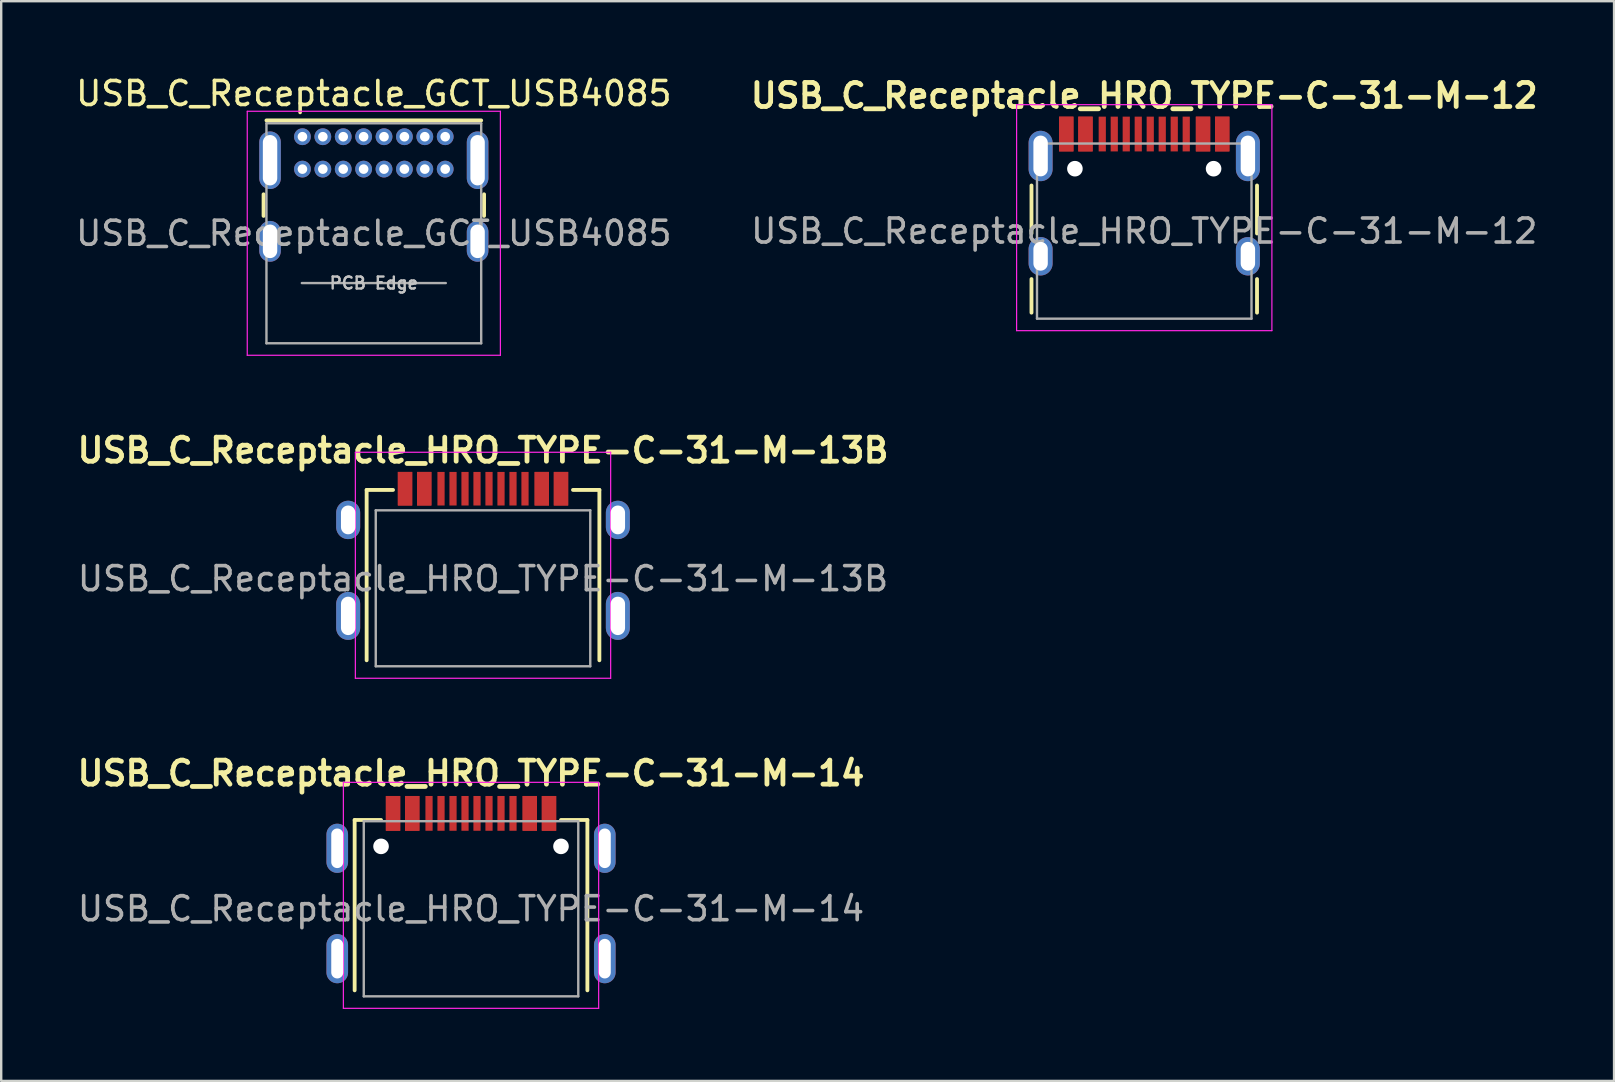
<source format=kicad_pcb>
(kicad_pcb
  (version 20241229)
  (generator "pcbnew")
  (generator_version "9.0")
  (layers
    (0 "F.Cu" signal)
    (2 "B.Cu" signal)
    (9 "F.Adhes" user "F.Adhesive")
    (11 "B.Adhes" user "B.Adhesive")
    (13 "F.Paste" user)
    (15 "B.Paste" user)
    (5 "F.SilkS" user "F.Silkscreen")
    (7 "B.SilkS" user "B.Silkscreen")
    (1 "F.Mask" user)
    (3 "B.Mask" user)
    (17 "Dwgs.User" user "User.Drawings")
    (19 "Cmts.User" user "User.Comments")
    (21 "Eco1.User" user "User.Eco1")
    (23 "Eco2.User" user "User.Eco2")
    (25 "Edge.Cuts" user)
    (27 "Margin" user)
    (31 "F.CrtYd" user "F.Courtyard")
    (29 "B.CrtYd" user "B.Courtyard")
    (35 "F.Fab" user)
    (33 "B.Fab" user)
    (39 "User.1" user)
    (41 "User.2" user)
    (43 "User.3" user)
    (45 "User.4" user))
  (footprint "USB_C_Receptacle_GCT_USB4085"
    (layer "F.Cu")
    (at 12.53 2.648)
    (property "Reference" "USB_C_Receptacle_GCT_USB4085" (at 0 -1.8 0) (layer "F.SilkS") (effects (font (size 1 1) (thickness 0.15))))
    (attr through_hole)
    (fp_line (start -4.595 2.4) (end -4.595 3.3) (stroke (width 0.16) (type solid)) (layer "F.SilkS"))
    (fp_line (start -4.475 -0.68) (end 4.475 -0.68) (stroke (width 0.16) (type solid)) (layer "F.SilkS"))
    (fp_line (start 4.595 2.4) (end 4.595 3.3) (stroke (width 0.16) (type solid)) (layer "F.SilkS"))
    (fp_line (start -5.275 -1.06) (end -5.275 9.11) (stroke (width 0.05) (type solid)) (layer "F.CrtYd"))
    (fp_line (start -5.275 -1.06) (end 5.275 -1.06) (stroke (width 0.05) (type solid)) (layer "F.CrtYd"))
    (fp_line (start -5.275 9.11) (end 5.275 9.11) (stroke (width 0.05) (type solid)) (layer "F.CrtYd"))
    (fp_line (start 5.275 -1.06) (end 5.275 9.11) (stroke (width 0.05) (type solid)) (layer "F.CrtYd"))
    (fp_line (start -4.475 -0.56) (end -4.475 8.61) (stroke (width 0.1) (type solid)) (layer "F.Fab"))
    (fp_line (start -4.475 -0.56) (end 4.475 -0.56) (stroke (width 0.1) (type solid)) (layer "F.Fab"))
    (fp_line (start -4.475 8.61) (end 4.475 8.61) (stroke (width 0.1) (type solid)) (layer "F.Fab"))
    (fp_line (start -3 6.1) (end 3 6.1) (stroke (width 0.1) (type solid)) (layer "F.Fab"))
    (fp_line (start 4.475 -0.56) (end 4.475 8.61) (stroke (width 0.1) (type solid)) (layer "F.Fab"))
    (fp_text user "PCB Edge" (at 0 6.1 0) (layer "Dwgs.User") (effects (font (size 0.5 0.5) (thickness 0.1))))
    (fp_text user "${REFERENCE}" (at 0 4.025 0) (layer "F.Fab") (effects (font (size 1 1) (thickness 0.15))))
    (pad "A1" thru_hole circle (at -2.975 0) (size 0.7 0.7) (drill 0.4) (layers "*.Cu" "*.Mask"))
    (pad "A4" thru_hole circle (at -2.125 0) (size 0.7 0.7) (drill 0.4) (layers "*.Cu" "*.Mask"))
    (pad "A5" thru_hole circle (at -1.275 0) (size 0.7 0.7) (drill 0.4) (layers "*.Cu" "*.Mask"))
    (pad "A6" thru_hole circle (at -0.425 0) (size 0.7 0.7) (drill 0.4) (layers "*.Cu" "*.Mask"))
    (pad "A7" thru_hole circle (at 0.425 0) (size 0.7 0.7) (drill 0.4) (layers "*.Cu" "*.Mask"))
    (pad "A8" thru_hole circle (at 1.275 0) (size 0.7 0.7) (drill 0.4) (layers "*.Cu" "*.Mask"))
    (pad "A9" thru_hole circle (at 2.125 0) (size 0.7 0.7) (drill 0.4) (layers "*.Cu" "*.Mask"))
    (pad "A12" thru_hole circle (at 2.975 0) (size 0.7 0.7) (drill 0.4) (layers "*.Cu" "*.Mask"))
    (pad "B1" thru_hole circle (at 2.975 1.35) (size 0.7 0.7) (drill 0.4) (layers "*.Cu" "*.Mask"))
    (pad "B4" thru_hole circle (at 2.125 1.35) (size 0.7 0.7) (drill 0.4) (layers "*.Cu" "*.Mask"))
    (pad "B5" thru_hole circle (at 1.275 1.35) (size 0.7 0.7) (drill 0.4) (layers "*.Cu" "*.Mask"))
    (pad "B6" thru_hole circle (at 0.425 1.35) (size 0.7 0.7) (drill 0.4) (layers "*.Cu" "*.Mask"))
    (pad "B7" thru_hole circle (at -0.425 1.35) (size 0.7 0.7) (drill 0.4) (layers "*.Cu" "*.Mask"))
    (pad "B8" thru_hole circle (at -1.275 1.35) (size 0.7 0.7) (drill 0.4) (layers "*.Cu" "*.Mask"))
    (pad "B9" thru_hole circle (at -2.125 1.35) (size 0.7 0.7) (drill 0.4) (layers "*.Cu" "*.Mask"))
    (pad "B12" thru_hole circle (at -2.975 1.35) (size 0.7 0.7) (drill 0.4) (layers "*.Cu" "*.Mask"))
    (pad "S1" thru_hole oval (at -4.325 0.98) (size 0.9 2.4) (drill oval 0.6 2.1) (layers "*.Cu" "*.Mask"))
    (pad "S1" thru_hole oval (at -4.325 4.36) (size 0.9 1.7) (drill oval 0.6 1.4) (layers "*.Cu" "*.Mask"))
    (pad "S1" thru_hole oval (at 4.325 0.98) (size 0.9 2.4) (drill oval 0.6 2.1) (layers "*.Cu" "*.Mask"))
    (pad "S1" thru_hole oval (at 4.325 4.36) (size 0.9 1.7) (drill oval 0.6 1.4) (layers "*.Cu" "*.Mask")))
  (footprint "USB_C_Receptacle_HRO_TYPE-C-31-M-12"
    (layer "F.Cu")
    (at 44.64 6.581)
    (property "Reference" "USB_C_Receptacle_HRO_TYPE-C-31-M-12" (at 0 -5.645 0) (layer "F.SilkS") (effects (font (size 1 1) (thickness 0.2))))
    (attr smd)
    (fp_line (start -4.7 -1.9) (end -4.7 0.1) (stroke (width 0.16) (type solid)) (layer "F.SilkS"))
    (fp_line (start -4.7 2) (end -4.7 3.4) (stroke (width 0.16) (type solid)) (layer "F.SilkS"))
    (fp_line (start 4.7 -1.9) (end 4.7 0.1) (stroke (width 0.16) (type solid)) (layer "F.SilkS"))
    (fp_line (start 4.7 2) (end 4.7 3.4) (stroke (width 0.16) (type solid)) (layer "F.SilkS"))
    (fp_line (start -5.32 -5.27) (end -5.32 4.15) (stroke (width 0.05) (type solid)) (layer "F.CrtYd"))
    (fp_line (start -5.32 -5.27) (end 5.32 -5.27) (stroke (width 0.05) (type solid)) (layer "F.CrtYd"))
    (fp_line (start -5.32 4.15) (end 5.32 4.15) (stroke (width 0.05) (type solid)) (layer "F.CrtYd"))
    (fp_line (start 5.32 -5.27) (end 5.32 4.15) (stroke (width 0.05) (type solid)) (layer "F.CrtYd"))
    (fp_line (start -4.47 -3.65) (end -4.47 3.65) (stroke (width 0.1) (type solid)) (layer "F.Fab"))
    (fp_line (start -4.47 -3.65) (end 4.47 -3.65) (stroke (width 0.1) (type solid)) (layer "F.Fab"))
    (fp_line (start -4.47 3.65) (end 4.47 3.65) (stroke (width 0.1) (type solid)) (layer "F.Fab"))
    (fp_line (start 4.47 -3.65) (end 4.47 3.65) (stroke (width 0.1) (type solid)) (layer "F.Fab"))
    (fp_text user "${REFERENCE}" (at 0 0 0) (layer "F.Fab") (effects (font (size 1 1) (thickness 0.15))))
    (pad "" np_thru_hole circle (at -2.89 -2.6) (size 0.65 0.65) (drill 0.65) (layers "*.Cu" "*.Mask"))
    (pad "" np_thru_hole circle (at 2.89 -2.6) (size 0.65 0.65) (drill 0.65) (layers "*.Cu" "*.Mask"))
    (pad "A1" smd rect (at -3.25 -4.045) (size 0.6 1.45) (layers "F.Cu" "F.Mask" "F.Paste"))
    (pad "A4" smd rect (at -2.45 -4.045) (size 0.6 1.45) (layers "F.Cu" "F.Mask" "F.Paste"))
    (pad "A5" smd rect (at -1.25 -4.045) (size 0.3 1.45) (layers "F.Cu" "F.Mask" "F.Paste"))
    (pad "A6" smd rect (at -0.25 -4.045) (size 0.3 1.45) (layers "F.Cu" "F.Mask" "F.Paste"))
    (pad "A7" smd rect (at 0.25 -4.045) (size 0.3 1.45) (layers "F.Cu" "F.Mask" "F.Paste"))
    (pad "A8" smd rect (at 1.25 -4.045) (size 0.3 1.45) (layers "F.Cu" "F.Mask" "F.Paste"))
    (pad "A9" smd rect (at 2.45 -4.045) (size 0.6 1.45) (layers "F.Cu" "F.Mask" "F.Paste"))
    (pad "A12" smd rect (at 3.25 -4.045) (size 0.6 1.45) (layers "F.Cu" "F.Mask" "F.Paste"))
    (pad "B1" smd rect (at 3.25 -4.045) (size 0.6 1.45) (layers "F.Cu" "F.Mask" "F.Paste"))
    (pad "B4" smd rect (at 2.45 -4.045) (size 0.6 1.45) (layers "F.Cu" "F.Mask" "F.Paste"))
    (pad "B5" smd rect (at 1.75 -4.045) (size 0.3 1.45) (layers "F.Cu" "F.Mask" "F.Paste"))
    (pad "B6" smd rect (at 0.75 -4.045) (size 0.3 1.45) (layers "F.Cu" "F.Mask" "F.Paste"))
    (pad "B7" smd rect (at -0.75 -4.045) (size 0.3 1.45) (layers "F.Cu" "F.Mask" "F.Paste"))
    (pad "B8" smd rect (at -1.75 -4.045) (size 0.3 1.45) (layers "F.Cu" "F.Mask" "F.Paste"))
    (pad "B9" smd rect (at -2.45 -4.045) (size 0.6 1.45) (layers "F.Cu" "F.Mask" "F.Paste"))
    (pad "B12" smd rect (at -3.25 -4.045) (size 0.6 1.45) (layers "F.Cu" "F.Mask" "F.Paste"))
    (pad "S1" thru_hole oval (at -4.32 -3.13) (size 1 2.1) (drill oval 0.6 1.7) (layers "*.Cu" "*.Mask"))
    (pad "S1" thru_hole oval (at -4.32 1.05) (size 1 1.6) (drill oval 0.6 1.2) (layers "*.Cu" "*.Mask"))
    (pad "S1" thru_hole oval (at 4.32 -3.13) (size 1 2.1) (drill oval 0.6 1.7) (layers "*.Cu" "*.Mask"))
    (pad "S1" thru_hole oval (at 4.32 1.05) (size 1 1.6) (drill oval 0.6 1.2) (layers "*.Cu" "*.Mask")))
  (footprint "USB_C_Receptacle_HRO_TYPE-C-31-M-14"
    (layer "F.Cu")
    (at 16.581 32.225)
    (property "Reference" "USB_C_Receptacle_HRO_TYPE-C-31-M-14" (at 0 -3.045 0) (layer "F.SilkS") (effects (font (size 1 1) (thickness 0.2))))
    (attr smd)
    (fp_line (start -4.85 -1.1) (end -4.85 6) (stroke (width 0.16) (type solid)) (layer "F.SilkS"))
    (fp_line (start -4.85 -1.1) (end -3.75 -1.1) (stroke (width 0.16) (type solid)) (layer "F.SilkS"))
    (fp_line (start 4.85 -1.1) (end 3.75 -1.1) (stroke (width 0.16) (type solid)) (layer "F.SilkS"))
    (fp_line (start 4.85 -1.1) (end 4.85 6) (stroke (width 0.16) (type solid)) (layer "F.SilkS"))
    (fp_line (start -4.55 0.95) (end -4.55 6.43) (stroke (width 0.05) (type solid)) (layer "Eco1.User"))
    (fp_line (start -4.55 0.95) (end -3.15 0.95) (stroke (width 0.05) (type solid)) (layer "Eco1.User"))
    (fp_line (start -4.55 6.43) (end -6 6.43) (stroke (width 0.05) (type solid)) (layer "Eco1.User"))
    (fp_line (start -3.15 0.35) (end 3.15 0.35) (stroke (width 0.05) (type solid)) (layer "Eco1.User"))
    (fp_line (start -3.15 0.95) (end -3.15 0.35) (stroke (width 0.05) (type solid)) (layer "Eco1.User"))
    (fp_line (start 3.15 0.35) (end 3.15 0.95) (stroke (width 0.05) (type solid)) (layer "Eco1.User"))
    (fp_line (start 4.55 0.95) (end 3.15 0.95) (stroke (width 0.05) (type solid)) (layer "Eco1.User"))
    (fp_line (start 4.55 6.43) (end 4.55 0.95) (stroke (width 0.05) (type solid)) (layer "Eco1.User"))
    (fp_line (start 6 6.43) (end 4.55 6.43) (stroke (width 0.05) (type solid)) (layer "Eco1.User"))
    (fp_line (start -5.32 -2.67) (end -5.32 6.75) (stroke (width 0.05) (type solid)) (layer "F.CrtYd"))
    (fp_line (start -5.32 -2.67) (end 5.32 -2.67) (stroke (width 0.05) (type solid)) (layer "F.CrtYd"))
    (fp_line (start -5.32 6.75) (end 5.32 6.75) (stroke (width 0.05) (type solid)) (layer "F.CrtYd"))
    (fp_line (start 5.32 -2.67) (end 5.32 6.75) (stroke (width 0.05) (type solid)) (layer "F.CrtYd"))
    (fp_line (start -4.47 -1.05) (end -4.47 6.25) (stroke (width 0.1) (type solid)) (layer "F.Fab"))
    (fp_line (start -4.47 -1.05) (end 4.47 -1.05) (stroke (width 0.1) (type solid)) (layer "F.Fab"))
    (fp_line (start -4.47 6.25) (end 4.47 6.25) (stroke (width 0.1) (type solid)) (layer "F.Fab"))
    (fp_line (start 4.47 -1.05) (end 4.47 6.25) (stroke (width 0.1) (type solid)) (layer "F.Fab"))
    (fp_text user "${REFERENCE}" (at 0 2.6 0) (layer "F.Fab") (effects (font (size 1 1) (thickness 0.15))))
    (pad "" np_thru_hole circle (at -3.75 0) (size 0.65 0.65) (drill 0.65) (layers "*.Cu" "*.Mask"))
    (pad "" np_thru_hole circle (at 3.75 0) (size 0.65 0.65) (drill 0.65) (layers "*.Cu" "*.Mask"))
    (pad "A1" smd rect (at -3.25 -1.375) (size 0.6 1.45) (layers "F.Cu" "F.Mask" "F.Paste"))
    (pad "A4" smd rect (at -2.45 -1.375) (size 0.6 1.45) (layers "F.Cu" "F.Mask" "F.Paste"))
    (pad "A5" smd rect (at -1.25 -1.375) (size 0.3 1.45) (layers "F.Cu" "F.Mask" "F.Paste"))
    (pad "A6" smd rect (at -0.25 -1.375) (size 0.3 1.45) (layers "F.Cu" "F.Mask" "F.Paste"))
    (pad "A7" smd rect (at 0.25 -1.375) (size 0.3 1.45) (layers "F.Cu" "F.Mask" "F.Paste"))
    (pad "A8" smd rect (at 1.25 -1.375) (size 0.3 1.45) (layers "F.Cu" "F.Mask" "F.Paste"))
    (pad "A9" smd rect (at 2.45 -1.375) (size 0.6 1.45) (layers "F.Cu" "F.Mask" "F.Paste"))
    (pad "A12" smd rect (at 3.25 -1.375) (size 0.6 1.45) (layers "F.Cu" "F.Mask" "F.Paste"))
    (pad "B1" smd rect (at 3.25 -1.375) (size 0.6 1.45) (layers "F.Cu" "F.Mask" "F.Paste"))
    (pad "B4" smd rect (at 2.45 -1.375) (size 0.6 1.45) (layers "F.Cu" "F.Mask" "F.Paste"))
    (pad "B5" smd rect (at 1.75 -1.375) (size 0.3 1.45) (layers "F.Cu" "F.Mask" "F.Paste"))
    (pad "B6" smd rect (at 0.75 -1.375) (size 0.3 1.45) (layers "F.Cu" "F.Mask" "F.Paste"))
    (pad "B7" smd rect (at -0.75 -1.375) (size 0.3 1.45) (layers "F.Cu" "F.Mask" "F.Paste"))
    (pad "B8" smd rect (at -1.75 -1.375) (size 0.3 1.45) (layers "F.Cu" "F.Mask" "F.Paste"))
    (pad "B9" smd rect (at -2.45 -1.375) (size 0.6 1.45) (layers "F.Cu" "F.Mask" "F.Paste"))
    (pad "B12" smd rect (at -3.25 -1.375) (size 0.6 1.45) (layers "F.Cu" "F.Mask" "F.Paste"))
    (pad "S1" thru_hole oval (at -5.575 0.08) (size 0.9 2.05) (drill oval 0.5 1.65) (layers "*.Cu" "*.Mask"))
    (pad "S1" thru_hole oval (at -5.575 4.68) (size 0.9 2.05) (drill oval 0.5 1.65) (layers "*.Cu" "*.Mask"))
    (pad "S1" thru_hole oval (at 5.575 0.08) (size 0.9 2.05) (drill oval 0.5 1.65) (layers "*.Cu" "*.Mask"))
    (pad "S1" thru_hole oval (at 5.575 4.68) (size 0.9 2.05) (drill oval 0.5 1.65) (layers "*.Cu" "*.Mask")))
  (footprint "USB_C_Receptacle_HRO_TYPE-C-31-M-13B"
    (layer "F.Cu")
    (at 17.081 24.719)
    (property "Reference" "USB_C_Receptacle_HRO_TYPE-C-31-M-13B" (at 0 -9 0) (layer "F.SilkS") (effects (font (size 1 1) (thickness 0.2))))
    (attr smd)
    (fp_line (start -4.85 -7.35) (end -4.85 -0.25) (stroke (width 0.16) (type solid)) (layer "F.SilkS"))
    (fp_line (start -4.85 -7.35) (end -3.75 -7.35) (stroke (width 0.16) (type solid)) (layer "F.SilkS"))
    (fp_line (start 4.85 -7.35) (end 3.75 -7.35) (stroke (width 0.16) (type solid)) (layer "F.SilkS"))
    (fp_line (start 4.85 -7.35) (end 4.85 -0.25) (stroke (width 0.16) (type solid)) (layer "F.SilkS"))
    (fp_line (start -4.62 -6.7) (end -4.62 0) (stroke (width 0.05) (type solid)) (layer "Eco1.User"))
    (fp_line (start -4.62 0) (end -6 0) (stroke (width 0.05) (type solid)) (layer "Eco1.User"))
    (fp_line (start -4.22 -6.7) (end 4.22 -6.7) (stroke (width 0.05) (type solid)) (layer "Eco1.User"))
    (fp_line (start 4.62 0) (end 4.62 -6.7) (stroke (width 0.05) (type solid)) (layer "Eco1.User"))
    (fp_line (start 6 0) (end 4.62 0) (stroke (width 0.05) (type solid)) (layer "Eco1.User"))
    (fp_arc (start -4.62 -6.7) (mid -4.42 -6.9) (end -4.22 -6.7) (stroke (width 0.05) (type solid)) (layer "Eco1.User"))
    (fp_arc (start 4.22 -6.7) (mid 4.42 -6.9) (end 4.62 -6.7) (stroke (width 0.05) (type solid)) (layer "Eco1.User"))
    (fp_line (start -5.32 -8.92) (end -5.32 0.5) (stroke (width 0.05) (type solid)) (layer "F.CrtYd"))
    (fp_line (start -5.32 -8.92) (end 5.32 -8.92) (stroke (width 0.05) (type solid)) (layer "F.CrtYd"))
    (fp_line (start -5.32 0.5) (end 5.32 0.5) (stroke (width 0.05) (type solid)) (layer "F.CrtYd"))
    (fp_line (start 5.32 -8.92) (end 5.32 0.5) (stroke (width 0.05) (type solid)) (layer "F.CrtYd"))
    (fp_line (start -4.47 -6.5) (end -4.47 0) (stroke (width 0.1) (type solid)) (layer "F.Fab"))
    (fp_line (start -4.47 -6.5) (end 4.47 -6.5) (stroke (width 0.1) (type solid)) (layer "F.Fab"))
    (fp_line (start -4.47 0) (end 4.47 0) (stroke (width 0.1) (type solid)) (layer "F.Fab"))
    (fp_line (start 4.47 -6.5) (end 4.47 0) (stroke (width 0.1) (type solid)) (layer "F.Fab"))
    (fp_text user "${REFERENCE}" (at 0 -3.65 0) (layer "F.Fab") (effects (font (size 1 1) (thickness 0.15))))
    (pad "A1" smd rect (at -3.25 -7.4) (size 0.6 1.4) (layers "F.Cu" "F.Mask" "F.Paste"))
    (pad "A4" smd rect (at -2.45 -7.4) (size 0.6 1.4) (layers "F.Cu" "F.Mask" "F.Paste"))
    (pad "A5" smd rect (at -1.25 -7.4) (size 0.3 1.4) (layers "F.Cu" "F.Mask" "F.Paste"))
    (pad "A6" smd rect (at -0.25 -7.4) (size 0.3 1.4) (layers "F.Cu" "F.Mask" "F.Paste"))
    (pad "A7" smd rect (at 0.25 -7.4) (size 0.3 1.4) (layers "F.Cu" "F.Mask" "F.Paste"))
    (pad "A8" smd rect (at 1.25 -7.4) (size 0.3 1.4) (layers "F.Cu" "F.Mask" "F.Paste"))
    (pad "A9" smd rect (at 2.45 -7.4) (size 0.6 1.4) (layers "F.Cu" "F.Mask" "F.Paste"))
    (pad "A12" smd rect (at 3.25 -7.4) (size 0.6 1.4) (layers "F.Cu" "F.Mask" "F.Paste"))
    (pad "B1" smd rect (at 3.25 -7.4) (size 0.6 1.4) (layers "F.Cu" "F.Mask" "F.Paste"))
    (pad "B4" smd rect (at 2.45 -7.4) (size 0.6 1.4) (layers "F.Cu" "F.Mask" "F.Paste"))
    (pad "B5" smd rect (at 1.75 -7.4) (size 0.3 1.4) (layers "F.Cu" "F.Mask" "F.Paste"))
    (pad "B6" smd rect (at 0.75 -7.4) (size 0.3 1.4) (layers "F.Cu" "F.Mask" "F.Paste"))
    (pad "B7" smd rect (at -0.75 -7.4) (size 0.3 1.4) (layers "F.Cu" "F.Mask" "F.Paste"))
    (pad "B8" smd rect (at -1.75 -7.4) (size 0.3 1.4) (layers "F.Cu" "F.Mask" "F.Paste"))
    (pad "B9" smd rect (at -2.45 -7.4) (size 0.6 1.4) (layers "F.Cu" "F.Mask" "F.Paste"))
    (pad "B12" smd rect (at -3.25 -7.4) (size 0.6 1.4) (layers "F.Cu" "F.Mask" "F.Paste"))
    (pad "S1" thru_hole oval (at -5.62 -6.1) (size 1 1.6) (drill oval 0.6 1.2) (layers "*.Cu" "*.Mask"))
    (pad "S1" thru_hole oval (at -5.62 -2.1) (size 1 2) (drill oval 0.6 1.6) (layers "*.Cu" "*.Mask"))
    (pad "S1" thru_hole oval (at 5.62 -6.1) (size 1 1.6) (drill oval 0.6 1.2) (layers "*.Cu" "*.Mask"))
    (pad "S1" thru_hole oval (at 5.62 -2.1) (size 1 2) (drill oval 0.6 1.6) (layers "*.Cu" "*.Mask")))
  (gr_rect
    (start -3 -3)
    (end 64.221 42)
    (stroke (width 0.1) (type default))
    (fill no)
    (layer "Edge.Cuts")))
</source>
